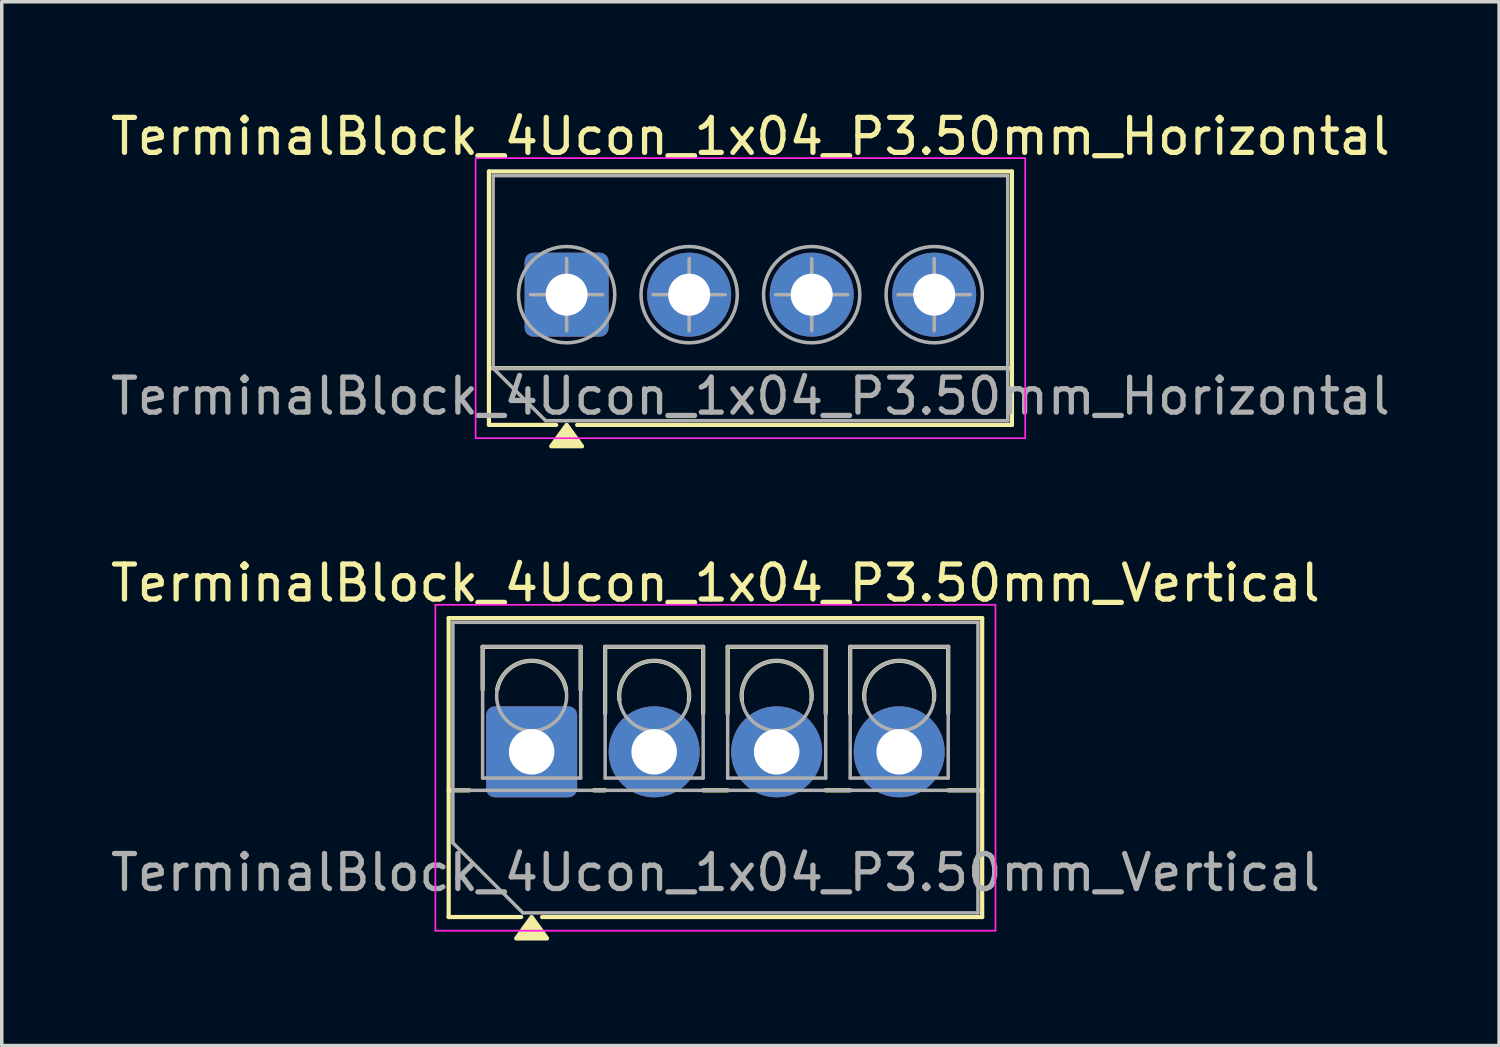
<source format=kicad_pcb>
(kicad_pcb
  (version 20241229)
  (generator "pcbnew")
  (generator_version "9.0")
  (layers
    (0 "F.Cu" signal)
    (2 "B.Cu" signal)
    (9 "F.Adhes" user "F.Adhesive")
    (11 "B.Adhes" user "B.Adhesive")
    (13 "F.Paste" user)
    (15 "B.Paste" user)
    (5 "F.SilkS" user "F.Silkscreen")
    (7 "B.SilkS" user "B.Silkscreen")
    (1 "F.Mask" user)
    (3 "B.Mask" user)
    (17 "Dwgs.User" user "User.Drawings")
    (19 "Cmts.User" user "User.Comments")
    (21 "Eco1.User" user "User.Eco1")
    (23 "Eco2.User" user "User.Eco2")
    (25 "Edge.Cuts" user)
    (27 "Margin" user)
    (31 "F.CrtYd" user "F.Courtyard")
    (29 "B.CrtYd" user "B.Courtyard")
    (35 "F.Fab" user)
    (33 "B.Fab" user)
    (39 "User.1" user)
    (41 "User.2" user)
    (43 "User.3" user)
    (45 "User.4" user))
  (footprint "TerminalBlock_4Ucon_1x04_P3.50mm_Horizontal"
    (layer "F.Cu")
    (at 13.137 5.368)
    (property "Reference" "TerminalBlock_4Ucon_1x04_P3.50mm_Horizontal" (at 5.25 -4.52 0) (layer "F.SilkS") (effects (font (size 1 1) (thickness 0.15))))
    (attr through_hole)
    (fp_line (start -2.22 -3.52) (end 12.72 -3.52) (stroke (width 0.12) (type solid)) (layer "F.SilkS"))
    (fp_line (start -2.22 2.1) (end 12.72 2.1) (stroke (width 0.12) (type solid)) (layer "F.SilkS"))
    (fp_line (start -2.22 3.72) (end -2.22 -3.52) (stroke (width 0.12) (type solid)) (layer "F.SilkS"))
    (fp_line (start -0.3 3.72) (end -2.22 3.72) (stroke (width 0.12) (type solid)) (layer "F.SilkS"))
    (fp_line (start 12.72 -3.52) (end 12.72 3.72) (stroke (width 0.12) (type solid)) (layer "F.SilkS"))
    (fp_line (start 12.72 3.72) (end 0.3 3.72) (stroke (width 0.12) (type solid)) (layer "F.SilkS"))
    (fp_poly (pts (xy 0 3.72) (xy 0.44 4.33) (xy -0.44 4.33)) (stroke (width 0.12) (type solid)) (fill yes) (layer "F.SilkS"))
    (fp_rect (start -2.6 -3.9) (end 13.1 4.1) (stroke (width 0.05) (type solid)) (fill no) (layer "F.CrtYd"))
    (fp_line (start -2.1 -3.4) (end 12.6 -3.4) (stroke (width 0.1) (type solid)) (layer "F.Fab"))
    (fp_line (start -2.1 2.1) (end -2.1 -3.4) (stroke (width 0.1) (type solid)) (layer "F.Fab"))
    (fp_line (start -2.1 2.1) (end 12.6 2.1) (stroke (width 0.1) (type solid)) (layer "F.Fab"))
    (fp_line (start -1.031 0) (end 1.031 0) (stroke (width 0.1) (type solid)) (layer "F.Fab"))
    (fp_line (start -0.6 3.6) (end -2.1 2.1) (stroke (width 0.1) (type solid)) (layer "F.Fab"))
    (fp_line (start 0 -1.031) (end 0 1.031) (stroke (width 0.1) (type solid)) (layer "F.Fab"))
    (fp_line (start 2.469 0) (end 4.531 0) (stroke (width 0.1) (type solid)) (layer "F.Fab"))
    (fp_line (start 3.5 -1.031) (end 3.5 1.031) (stroke (width 0.1) (type solid)) (layer "F.Fab"))
    (fp_line (start 5.969 0) (end 8.031 0) (stroke (width 0.1) (type solid)) (layer "F.Fab"))
    (fp_line (start 7 -1.031) (end 7 1.031) (stroke (width 0.1) (type solid)) (layer "F.Fab"))
    (fp_line (start 9.469 0) (end 11.531 0) (stroke (width 0.1) (type solid)) (layer "F.Fab"))
    (fp_line (start 10.5 -1.031) (end 10.5 1.031) (stroke (width 0.1) (type solid)) (layer "F.Fab"))
    (fp_line (start 12.6 -3.4) (end 12.6 3.6) (stroke (width 0.1) (type solid)) (layer "F.Fab"))
    (fp_line (start 12.6 3.6) (end -0.6 3.6) (stroke (width 0.1) (type solid)) (layer "F.Fab"))
    (fp_circle (center 0 0) (end 1.375 0) (stroke (width 0.1) (type solid)) (fill no) (layer "F.Fab"))
    (fp_circle (center 3.5 0) (end 4.875 0) (stroke (width 0.1) (type solid)) (fill no) (layer "F.Fab"))
    (fp_circle (center 7 0) (end 8.375 0) (stroke (width 0.1) (type solid)) (fill no) (layer "F.Fab"))
    (fp_circle (center 10.5 0) (end 11.875 0) (stroke (width 0.1) (type solid)) (fill no) (layer "F.Fab"))
    (fp_text user "${REFERENCE}" (at 5.25 2.9 0) (layer "F.Fab") (effects (font (size 1 1) (thickness 0.15))))
    (pad "1" thru_hole roundrect (at 0 0) (size 2.4 2.4) (drill 1.2) (layers "*.Cu" "*.Mask") (roundrect_rratio 0.104))
    (pad "2" thru_hole circle (at 3.5 0) (size 2.4 2.4) (drill 1.2) (layers "*.Cu" "*.Mask"))
    (pad "3" thru_hole circle (at 7 0) (size 2.4 2.4) (drill 1.2) (layers "*.Cu" "*.Mask"))
    (pad "4" thru_hole circle (at 10.5 0) (size 2.4 2.4) (drill 1.2) (layers "*.Cu" "*.Mask")))
  (footprint "TerminalBlock_4Ucon_1x04_P3.50mm_Vertical"
    (layer "F.Cu")
    (at 12.137 18.427)
    (property "Reference" "TerminalBlock_4Ucon_1x04_P3.50mm_Vertical" (at 5.25 -4.82 0) (layer "F.SilkS") (effects (font (size 1 1) (thickness 0.15))))
    (attr through_hole)
    (fp_line (start -2.37 -3.82) (end -2.37 4.72) (stroke (width 0.12) (type solid)) (layer "F.SilkS"))
    (fp_line (start -2.37 -3.82) (end 12.87 -3.82) (stroke (width 0.12) (type solid)) (layer "F.SilkS"))
    (fp_line (start -2.37 1.1) (end -1.78 1.1) (stroke (width 0.12) (type solid)) (layer "F.SilkS"))
    (fp_line (start -2.37 4.72) (end -0.3 4.72) (stroke (width 0.12) (type solid)) (layer "F.SilkS"))
    (fp_line (start -1.4 -3) (end -1.4 -1.78) (stroke (width 0.12) (type solid)) (layer "F.SilkS"))
    (fp_line (start -1.4 -3) (end 1.4 -3) (stroke (width 0.12) (type solid)) (layer "F.SilkS"))
    (fp_line (start 0.3 4.72) (end 12.87 4.72) (stroke (width 0.12) (type solid)) (layer "F.SilkS"))
    (fp_line (start 1.4 -3) (end 1.4 -1.78) (stroke (width 0.12) (type solid)) (layer "F.SilkS"))
    (fp_line (start 1.78 1.1) (end 2.101 1.1) (stroke (width 0.12) (type solid)) (layer "F.SilkS"))
    (fp_line (start 2.1 -3) (end 2.1 -1.099) (stroke (width 0.12) (type solid)) (layer "F.SilkS"))
    (fp_line (start 2.1 -3) (end 4.9 -3) (stroke (width 0.12) (type solid)) (layer "F.SilkS"))
    (fp_line (start 4.899 1.1) (end 5.601 1.1) (stroke (width 0.12) (type solid)) (layer "F.SilkS"))
    (fp_line (start 4.9 -3) (end 4.9 -1.099) (stroke (width 0.12) (type solid)) (layer "F.SilkS"))
    (fp_line (start 5.6 -3) (end 5.6 -1.099) (stroke (width 0.12) (type solid)) (layer "F.SilkS"))
    (fp_line (start 5.6 -3) (end 8.4 -3) (stroke (width 0.12) (type solid)) (layer "F.SilkS"))
    (fp_line (start 8.399 1.1) (end 9.101 1.1) (stroke (width 0.12) (type solid)) (layer "F.SilkS"))
    (fp_line (start 8.4 -3) (end 8.4 -1.099) (stroke (width 0.12) (type solid)) (layer "F.SilkS"))
    (fp_line (start 9.1 -3) (end 9.1 -1.099) (stroke (width 0.12) (type solid)) (layer "F.SilkS"))
    (fp_line (start 9.1 -3) (end 11.9 -3) (stroke (width 0.12) (type solid)) (layer "F.SilkS"))
    (fp_line (start 11.899 1.1) (end 12.87 1.1) (stroke (width 0.12) (type solid)) (layer "F.SilkS"))
    (fp_line (start 11.9 -3) (end 11.9 -1.099) (stroke (width 0.12) (type solid)) (layer "F.SilkS"))
    (fp_line (start 12.87 -3.82) (end 12.87 4.72) (stroke (width 0.12) (type solid)) (layer "F.SilkS"))
    (fp_arc (start -0.984 -1.78) (mid -0.00006 -2.600328) (end 0.983978 -1.780118) (stroke (width 0.12) (type solid)) (layer "F.SilkS"))
    (fp_arc (start 2.508 -1.478) (mid 3.500313 -2.599474) (end 4.491923 -1.477379) (stroke (width 0.12) (type solid)) (layer "F.SilkS"))
    (fp_arc (start 6.008 -1.478) (mid 7.000313 -2.599474) (end 7.991923 -1.477379) (stroke (width 0.12) (type solid)) (layer "F.SilkS"))
    (fp_arc (start 9.508 -1.478) (mid 10.500313 -2.599474) (end 11.491923 -1.477379) (stroke (width 0.12) (type solid)) (layer "F.SilkS"))
    (fp_poly (pts (xy 0 4.72) (xy 0.44 5.33) (xy -0.44 5.33)) (stroke (width 0.12) (type solid)) (fill yes) (layer "F.SilkS"))
    (fp_line (start -2.75 -4.2) (end -2.75 5.11) (stroke (width 0.05) (type solid)) (layer "F.CrtYd"))
    (fp_line (start -2.75 5.11) (end 13.25 5.11) (stroke (width 0.05) (type solid)) (layer "F.CrtYd"))
    (fp_line (start 13.25 -4.2) (end -2.75 -4.2) (stroke (width 0.05) (type solid)) (layer "F.CrtYd"))
    (fp_line (start 13.25 5.11) (end 13.25 -4.2) (stroke (width 0.05) (type solid)) (layer "F.CrtYd"))
    (fp_line (start -2.25 -3.7) (end 12.75 -3.7) (stroke (width 0.1) (type solid)) (layer "F.Fab"))
    (fp_line (start -2.25 1.1) (end 12.75 1.1) (stroke (width 0.1) (type solid)) (layer "F.Fab"))
    (fp_line (start -2.25 2.6) (end -2.25 -3.7) (stroke (width 0.1) (type solid)) (layer "F.Fab"))
    (fp_line (start -1.4 -3) (end -1.4 0.75) (stroke (width 0.1) (type solid)) (layer "F.Fab"))
    (fp_line (start -1.4 0.75) (end 1.4 0.75) (stroke (width 0.1) (type solid)) (layer "F.Fab"))
    (fp_line (start -0.25 4.6) (end -2.25 2.6) (stroke (width 0.1) (type solid)) (layer "F.Fab"))
    (fp_line (start 1.4 -3) (end -1.4 -3) (stroke (width 0.1) (type solid)) (layer "F.Fab"))
    (fp_line (start 1.4 0.75) (end 1.4 -3) (stroke (width 0.1) (type solid)) (layer "F.Fab"))
    (fp_line (start 2.1 -3) (end 2.1 0.75) (stroke (width 0.1) (type solid)) (layer "F.Fab"))
    (fp_line (start 2.1 0.75) (end 4.9 0.75) (stroke (width 0.1) (type solid)) (layer "F.Fab"))
    (fp_line (start 4.9 -3) (end 2.1 -3) (stroke (width 0.1) (type solid)) (layer "F.Fab"))
    (fp_line (start 4.9 0.75) (end 4.9 -3) (stroke (width 0.1) (type solid)) (layer "F.Fab"))
    (fp_line (start 5.6 -3) (end 5.6 0.75) (stroke (width 0.1) (type solid)) (layer "F.Fab"))
    (fp_line (start 5.6 0.75) (end 8.4 0.75) (stroke (width 0.1) (type solid)) (layer "F.Fab"))
    (fp_line (start 8.4 -3) (end 5.6 -3) (stroke (width 0.1) (type solid)) (layer "F.Fab"))
    (fp_line (start 8.4 0.75) (end 8.4 -3) (stroke (width 0.1) (type solid)) (layer "F.Fab"))
    (fp_line (start 9.1 -3) (end 9.1 0.75) (stroke (width 0.1) (type solid)) (layer "F.Fab"))
    (fp_line (start 9.1 0.75) (end 11.9 0.75) (stroke (width 0.1) (type solid)) (layer "F.Fab"))
    (fp_line (start 11.9 -3) (end 9.1 -3) (stroke (width 0.1) (type solid)) (layer "F.Fab"))
    (fp_line (start 11.9 0.75) (end 11.9 -3) (stroke (width 0.1) (type solid)) (layer "F.Fab"))
    (fp_line (start 12.75 -3.7) (end 12.75 4.6) (stroke (width 0.1) (type solid)) (layer "F.Fab"))
    (fp_line (start 12.75 4.6) (end -0.25 4.6) (stroke (width 0.1) (type solid)) (layer "F.Fab"))
    (fp_circle (center 0 -1.6) (end 1 -1.6) (stroke (width 0.1) (type solid)) (fill no) (layer "F.Fab"))
    (fp_circle (center 3.5 -1.6) (end 4.5 -1.6) (stroke (width 0.1) (type solid)) (fill no) (layer "F.Fab"))
    (fp_circle (center 7 -1.6) (end 8 -1.6) (stroke (width 0.1) (type solid)) (fill no) (layer "F.Fab"))
    (fp_circle (center 10.5 -1.6) (end 11.5 -1.6) (stroke (width 0.1) (type solid)) (fill no) (layer "F.Fab"))
    (fp_text user "${REFERENCE}" (at 5.25 3.45 0) (layer "F.Fab") (effects (font (size 1 1) (thickness 0.15))))
    (pad "1" thru_hole roundrect (at 0 0) (size 2.6 2.6) (drill 1.3) (layers "*.Cu" "*.Mask") (roundrect_rratio 0.096))
    (pad "2" thru_hole circle (at 3.5 0) (size 2.6 2.6) (drill 1.3) (layers "*.Cu" "*.Mask"))
    (pad "3" thru_hole circle (at 7 0) (size 2.6 2.6) (drill 1.3) (layers "*.Cu" "*.Mask"))
    (pad "4" thru_hole circle (at 10.5 0) (size 2.6 2.6) (drill 1.3) (layers "*.Cu" "*.Mask")))
  (gr_rect
    (start -3 -3)
    (end 39.774 26.817)
    (stroke (width 0.1) (type default))
    (fill no)
    (layer "Edge.Cuts")))
</source>
